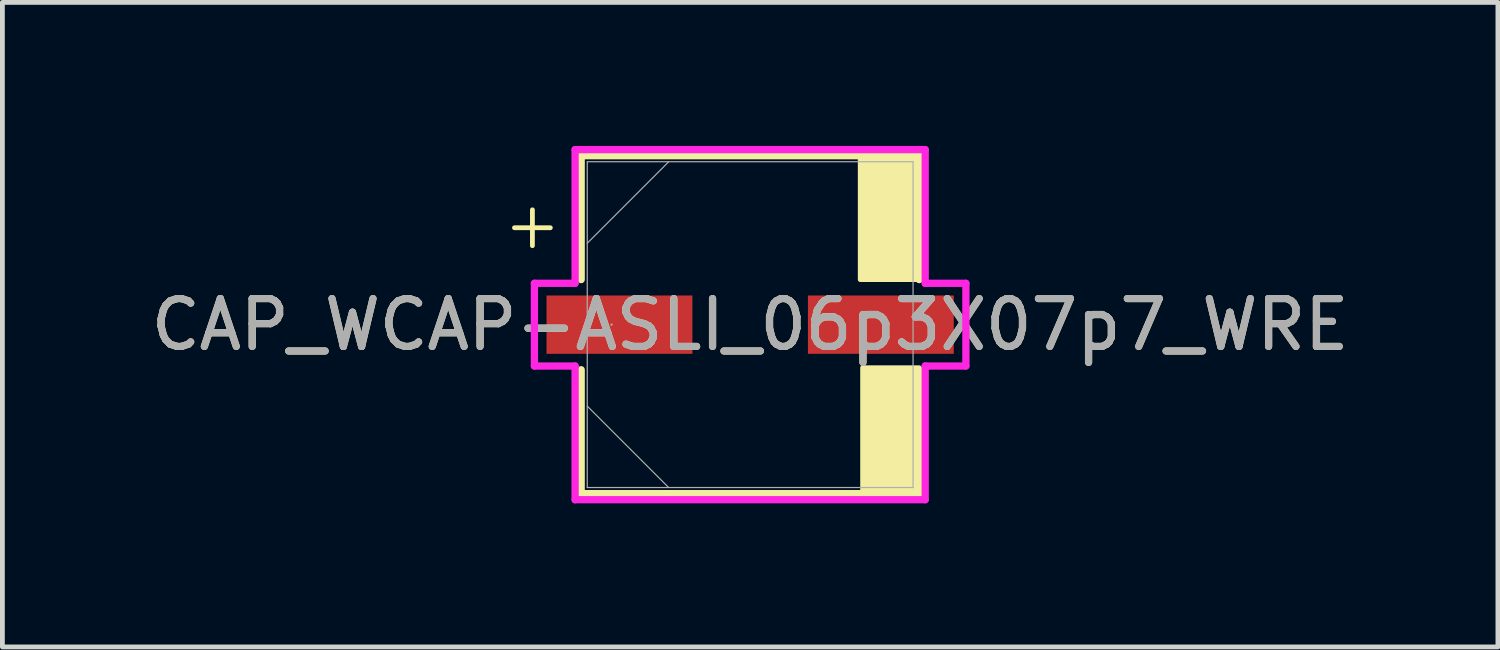
<source format=kicad_pcb>
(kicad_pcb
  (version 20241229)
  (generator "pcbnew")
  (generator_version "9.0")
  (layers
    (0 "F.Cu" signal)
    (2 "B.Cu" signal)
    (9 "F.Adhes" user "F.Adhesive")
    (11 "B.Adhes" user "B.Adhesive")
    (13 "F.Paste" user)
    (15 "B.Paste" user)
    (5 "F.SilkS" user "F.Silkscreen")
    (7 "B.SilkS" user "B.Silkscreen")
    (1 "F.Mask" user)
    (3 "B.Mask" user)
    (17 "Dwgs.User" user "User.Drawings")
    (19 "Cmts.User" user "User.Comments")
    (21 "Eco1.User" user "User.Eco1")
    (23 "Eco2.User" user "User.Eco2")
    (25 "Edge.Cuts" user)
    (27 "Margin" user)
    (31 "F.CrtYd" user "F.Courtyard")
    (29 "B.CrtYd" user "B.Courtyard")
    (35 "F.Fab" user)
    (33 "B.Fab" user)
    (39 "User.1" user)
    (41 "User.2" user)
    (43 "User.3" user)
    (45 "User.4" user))
  (footprint "CAP_WCAP-ASLI_06p3X07p7_WRE"
    (layer "F.Cu")
    (at 12.625 3.734)
    (property "Reference" "CAP_WCAP-ASLI_06p3X07p7_WRE" (at 0 0 0) (unlocked yes) (layer "F.SilkS") (effects (font (size 1 1) (thickness 0.15))))
    (attr smd)
    (fp_line (start -4.925 -2.025) (end -4.175 -2.025) (stroke (width 0.1) (type default)) (layer "F.SilkS"))
    (fp_line (start -4.55 -2.4) (end -4.55 -1.65) (stroke (width 0.1) (type default)) (layer "F.SilkS"))
    (fp_line (start -3.531 -3.531) (end -3.531 -0.942) (stroke (width 0.152) (type solid)) (layer "F.SilkS"))
    (fp_line (start -3.531 0.942) (end -3.531 3.531) (stroke (width 0.152) (type solid)) (layer "F.SilkS"))
    (fp_line (start -3.531 3.531) (end 3.531 3.531) (stroke (width 0.152) (type solid)) (layer "F.SilkS"))
    (fp_line (start 3.531 -3.531) (end -3.531 -3.531) (stroke (width 0.152) (type solid)) (layer "F.SilkS"))
    (fp_line (start 3.531 -0.942) (end 3.531 -3.531) (stroke (width 0.152) (type solid)) (layer "F.SilkS"))
    (fp_line (start 3.531 3.531) (end 3.531 0.942) (stroke (width 0.152) (type solid)) (layer "F.SilkS"))
    (fp_rect (start 2.3 -3.55) (end 3.531 -0.942) (stroke (width 0.1) (type solid)) (fill yes) (layer "F.SilkS"))
    (fp_rect (start 2.35 0.9) (end 3.531 3.531) (stroke (width 0.1) (type solid)) (fill yes) (layer "F.SilkS"))
    (fp_line (start -4.508 -0.864) (end -3.658 -0.864) (stroke (width 0.152) (type solid)) (layer "F.CrtYd"))
    (fp_line (start -4.508 0.864) (end -4.508 -0.864) (stroke (width 0.152) (type solid)) (layer "F.CrtYd"))
    (fp_line (start -3.658 -3.658) (end 3.658 -3.658) (stroke (width 0.152) (type solid)) (layer "F.CrtYd"))
    (fp_line (start -3.658 -0.864) (end -3.658 -3.658) (stroke (width 0.152) (type solid)) (layer "F.CrtYd"))
    (fp_line (start -3.658 0.864) (end -4.508 0.864) (stroke (width 0.152) (type solid)) (layer "F.CrtYd"))
    (fp_line (start -3.658 3.658) (end -3.658 0.864) (stroke (width 0.152) (type solid)) (layer "F.CrtYd"))
    (fp_line (start 3.658 -3.658) (end 3.658 -0.864) (stroke (width 0.152) (type solid)) (layer "F.CrtYd"))
    (fp_line (start 3.658 -0.864) (end 4.508 -0.864) (stroke (width 0.152) (type solid)) (layer "F.CrtYd"))
    (fp_line (start 3.658 0.864) (end 3.658 3.658) (stroke (width 0.152) (type solid)) (layer "F.CrtYd"))
    (fp_line (start 3.658 3.658) (end -3.658 3.658) (stroke (width 0.152) (type solid)) (layer "F.CrtYd"))
    (fp_line (start 4.508 -0.864) (end 4.508 0.864) (stroke (width 0.152) (type solid)) (layer "F.CrtYd"))
    (fp_line (start 4.508 0.864) (end 3.658 0.864) (stroke (width 0.152) (type solid)) (layer "F.CrtYd"))
    (fp_line (start -3.404 -3.404) (end -3.404 3.404) (stroke (width 0.025) (type solid)) (layer "F.Fab"))
    (fp_line (start -3.404 -1.702) (end -1.702 -3.404) (stroke (width 0.025) (type solid)) (layer "F.Fab"))
    (fp_line (start -3.404 1.702) (end -1.702 3.404) (stroke (width 0.025) (type solid)) (layer "F.Fab"))
    (fp_line (start -3.404 3.404) (end 3.404 3.404) (stroke (width 0.025) (type solid)) (layer "F.Fab"))
    (fp_line (start 3.404 -3.404) (end -3.404 -3.404) (stroke (width 0.025) (type solid)) (layer "F.Fab"))
    (fp_line (start 3.404 3.404) (end 3.404 -3.404) (stroke (width 0.025) (type solid)) (layer "F.Fab"))
    (fp_circle (center -2.896 0) (end -2.896 0) (stroke (width 0.025) (type solid)) (fill no) (layer "F.Fab"))
    (fp_text user "${REFERENCE}" (at 0 0 0) (unlocked yes) (layer "F.Fab") (effects (font (size 1 1) (thickness 0.15))))
    (pad "1" smd rect (at -2.731 0) (size 3.048 1.219) (layers "F.Cu" "F.Mask" "F.Paste"))
    (pad "2" smd rect (at 2.731 0) (size 3.048 1.219) (layers "F.Cu" "F.Mask" "F.Paste"))
    (zone (net_name "") (layer "F.Cu") (hatch full 0.508) (connect_pads) (min_thickness 0.254) (filled_areas_thickness no) (keepout (tracks not_allowed) (vias not_allowed) (pads allowed) (copperpour not_allowed) (footprints allowed)) (placement (enabled no)) (fill) (polygon (pts (xy 9.272 0.381) (xy 15.978 0.381) (xy 15.978 3.073) (xy 9.272 3.073))))
    (zone (net_name "") (layer "F.Cu") (hatch full 0.508) (connect_pads) (min_thickness 0.254) (filled_areas_thickness no) (keepout (tracks not_allowed) (vias not_allowed) (pads allowed) (copperpour not_allowed) (footprints allowed)) (placement (enabled no)) (fill) (polygon (pts (xy 9.272 4.394) (xy 15.978 4.394) (xy 15.978 7.087) (xy 9.272 7.087))))
    (zone (net_name "") (layer "F.Cu") (hatch full 0.508) (connect_pads) (min_thickness 0.254) (filled_areas_thickness no) (keepout (tracks not_allowed) (vias not_allowed) (pads allowed) (copperpour not_allowed) (footprints allowed)) (placement (enabled no)) (fill) (polygon (pts (xy 11.469 3.073) (xy 13.781 3.073) (xy 13.781 4.394) (xy 11.469 4.394)))))
  (gr_rect
    (start -3 -3)
    (end 28.25 10.468)
    (stroke (width 0.1) (type default))
    (fill no)
    (layer "Edge.Cuts")))
</source>
